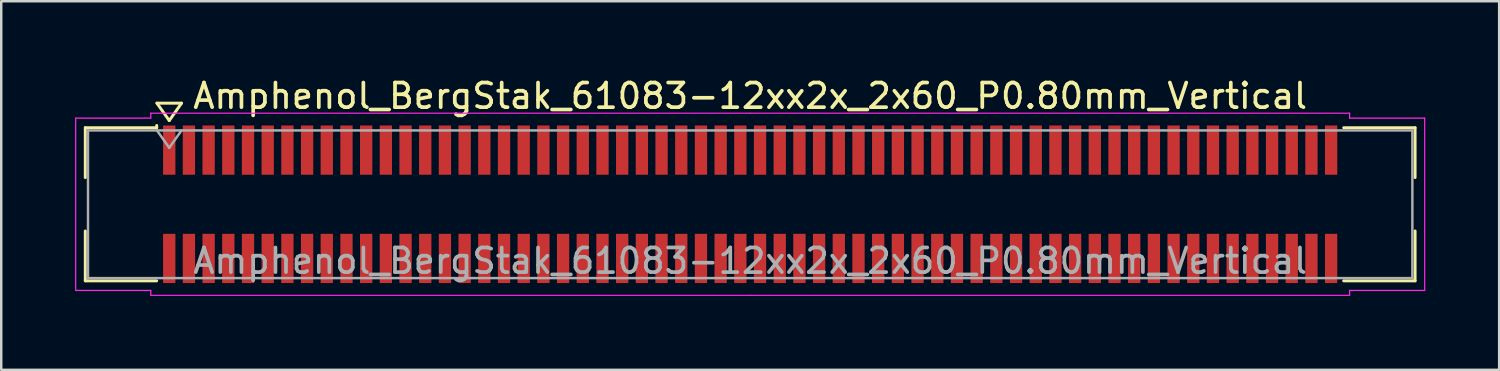
<source format=kicad_pcb>
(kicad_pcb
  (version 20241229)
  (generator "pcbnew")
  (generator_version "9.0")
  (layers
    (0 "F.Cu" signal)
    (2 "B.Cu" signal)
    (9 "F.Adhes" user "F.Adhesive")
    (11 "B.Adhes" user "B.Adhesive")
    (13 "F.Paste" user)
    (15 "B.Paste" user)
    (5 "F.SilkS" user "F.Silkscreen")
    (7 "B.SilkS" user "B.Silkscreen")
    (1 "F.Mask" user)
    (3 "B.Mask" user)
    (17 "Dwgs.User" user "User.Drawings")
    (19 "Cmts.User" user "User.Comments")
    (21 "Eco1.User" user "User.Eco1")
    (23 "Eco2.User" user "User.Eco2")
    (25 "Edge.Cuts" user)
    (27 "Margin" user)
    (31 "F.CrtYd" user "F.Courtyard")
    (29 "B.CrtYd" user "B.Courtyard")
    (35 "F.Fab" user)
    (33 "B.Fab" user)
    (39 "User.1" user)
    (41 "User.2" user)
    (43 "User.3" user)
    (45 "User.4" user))
  (footprint "Amphenol_BergStak_61083-12xx2x_2x60_P0.80mm_Vertical"
    (layer "F.Cu")
    (at 27.425 5.248)
    (property "Reference" "Amphenol_BergStak_61083-12xx2x_2x60_P0.80mm_Vertical" (at 0 -4.4 0) (layer "F.SilkS") (effects (font (size 1 1) (thickness 0.15))))
    (attr smd)
    (fp_line (start -27.01 -3.11) (end -24.11 -3.11) (stroke (width 0.12) (type solid)) (layer "F.SilkS"))
    (fp_line (start -27.01 -1.085) (end -27.01 -3.11) (stroke (width 0.12) (type solid)) (layer "F.SilkS"))
    (fp_line (start -27.01 1.085) (end -27.01 3.11) (stroke (width 0.12) (type solid)) (layer "F.SilkS"))
    (fp_line (start -27.01 3.11) (end -24.11 3.11) (stroke (width 0.12) (type solid)) (layer "F.SilkS"))
    (fp_line (start -24.11 -3.11) (end -24.11 -3.2) (stroke (width 0.12) (type solid)) (layer "F.SilkS"))
    (fp_line (start -24.1 -4.107) (end -23.6 -3.4) (stroke (width 0.12) (type solid)) (layer "F.SilkS"))
    (fp_line (start -23.6 -3.4) (end -23.1 -4.107) (stroke (width 0.12) (type solid)) (layer "F.SilkS"))
    (fp_line (start -23.1 -4.107) (end -24.1 -4.107) (stroke (width 0.12) (type solid)) (layer "F.SilkS"))
    (fp_line (start 27.01 -3.11) (end 24.11 -3.11) (stroke (width 0.12) (type solid)) (layer "F.SilkS"))
    (fp_line (start 27.01 -1.085) (end 27.01 -3.11) (stroke (width 0.12) (type solid)) (layer "F.SilkS"))
    (fp_line (start 27.01 1.085) (end 27.01 3.11) (stroke (width 0.12) (type solid)) (layer "F.SilkS"))
    (fp_line (start 27.01 3.11) (end 24.11 3.11) (stroke (width 0.12) (type solid)) (layer "F.SilkS"))
    (fp_line (start -27.4 -3.5) (end -27.4 3.5) (stroke (width 0.05) (type solid)) (layer "F.CrtYd"))
    (fp_line (start -27.4 3.5) (end -24.35 3.5) (stroke (width 0.05) (type solid)) (layer "F.CrtYd"))
    (fp_line (start -24.35 -3.7) (end -24.35 -3.5) (stroke (width 0.05) (type solid)) (layer "F.CrtYd"))
    (fp_line (start -24.35 -3.5) (end -27.4 -3.5) (stroke (width 0.05) (type solid)) (layer "F.CrtYd"))
    (fp_line (start -24.35 3.5) (end -24.35 3.7) (stroke (width 0.05) (type solid)) (layer "F.CrtYd"))
    (fp_line (start -24.35 3.7) (end 0 3.7) (stroke (width 0.05) (type solid)) (layer "F.CrtYd"))
    (fp_line (start 0 -3.7) (end -24.35 -3.7) (stroke (width 0.05) (type solid)) (layer "F.CrtYd"))
    (fp_line (start 0 -3.7) (end 24.35 -3.7) (stroke (width 0.05) (type solid)) (layer "F.CrtYd"))
    (fp_line (start 24.35 -3.7) (end 24.35 -3.5) (stroke (width 0.05) (type solid)) (layer "F.CrtYd"))
    (fp_line (start 24.35 -3.5) (end 27.4 -3.5) (stroke (width 0.05) (type solid)) (layer "F.CrtYd"))
    (fp_line (start 24.35 3.5) (end 24.35 3.7) (stroke (width 0.05) (type solid)) (layer "F.CrtYd"))
    (fp_line (start 24.35 3.7) (end 0 3.7) (stroke (width 0.05) (type solid)) (layer "F.CrtYd"))
    (fp_line (start 27.4 -3.5) (end 27.4 3.5) (stroke (width 0.05) (type solid)) (layer "F.CrtYd"))
    (fp_line (start 27.4 3.5) (end 24.35 3.5) (stroke (width 0.05) (type solid)) (layer "F.CrtYd"))
    (fp_line (start -26.9 -3) (end -26.9 3) (stroke (width 0.1) (type solid)) (layer "F.Fab"))
    (fp_line (start -26.9 3) (end 26.9 3) (stroke (width 0.1) (type solid)) (layer "F.Fab"))
    (fp_line (start -24.1 -3) (end -23.6 -2.293) (stroke (width 0.1) (type solid)) (layer "F.Fab"))
    (fp_line (start -23.6 -2.293) (end -23.1 -3) (stroke (width 0.1) (type solid)) (layer "F.Fab"))
    (fp_line (start 26.9 -3) (end -26.9 -3) (stroke (width 0.1) (type solid)) (layer "F.Fab"))
    (fp_line (start 26.9 3) (end 26.9 -3) (stroke (width 0.1) (type solid)) (layer "F.Fab"))
    (fp_text user "${REFERENCE}" (at 0 2.3 0) (layer "F.Fab") (effects (font (size 1 1) (thickness 0.15))))
    (pad "1" smd rect (at -23.6 -2.2) (size 0.5 2) (layers "F.Cu" "F.Mask" "F.Paste"))
    (pad "2" smd rect (at -23.6 2.2) (size 0.5 2) (layers "F.Cu" "F.Mask" "F.Paste"))
    (pad "3" smd rect (at -22.8 -2.2) (size 0.5 2) (layers "F.Cu" "F.Mask" "F.Paste"))
    (pad "4" smd rect (at -22.8 2.2) (size 0.5 2) (layers "F.Cu" "F.Mask" "F.Paste"))
    (pad "5" smd rect (at -22 -2.2) (size 0.5 2) (layers "F.Cu" "F.Mask" "F.Paste"))
    (pad "6" smd rect (at -22 2.2) (size 0.5 2) (layers "F.Cu" "F.Mask" "F.Paste"))
    (pad "7" smd rect (at -21.2 -2.2) (size 0.5 2) (layers "F.Cu" "F.Mask" "F.Paste"))
    (pad "8" smd rect (at -21.2 2.2) (size 0.5 2) (layers "F.Cu" "F.Mask" "F.Paste"))
    (pad "9" smd rect (at -20.4 -2.2) (size 0.5 2) (layers "F.Cu" "F.Mask" "F.Paste"))
    (pad "10" smd rect (at -20.4 2.2) (size 0.5 2) (layers "F.Cu" "F.Mask" "F.Paste"))
    (pad "11" smd rect (at -19.6 -2.2) (size 0.5 2) (layers "F.Cu" "F.Mask" "F.Paste"))
    (pad "12" smd rect (at -19.6 2.2) (size 0.5 2) (layers "F.Cu" "F.Mask" "F.Paste"))
    (pad "13" smd rect (at -18.8 -2.2) (size 0.5 2) (layers "F.Cu" "F.Mask" "F.Paste"))
    (pad "14" smd rect (at -18.8 2.2) (size 0.5 2) (layers "F.Cu" "F.Mask" "F.Paste"))
    (pad "15" smd rect (at -18 -2.2) (size 0.5 2) (layers "F.Cu" "F.Mask" "F.Paste"))
    (pad "16" smd rect (at -18 2.2) (size 0.5 2) (layers "F.Cu" "F.Mask" "F.Paste"))
    (pad "17" smd rect (at -17.2 -2.2) (size 0.5 2) (layers "F.Cu" "F.Mask" "F.Paste"))
    (pad "18" smd rect (at -17.2 2.2) (size 0.5 2) (layers "F.Cu" "F.Mask" "F.Paste"))
    (pad "19" smd rect (at -16.4 -2.2) (size 0.5 2) (layers "F.Cu" "F.Mask" "F.Paste"))
    (pad "20" smd rect (at -16.4 2.2) (size 0.5 2) (layers "F.Cu" "F.Mask" "F.Paste"))
    (pad "21" smd rect (at -15.6 -2.2) (size 0.5 2) (layers "F.Cu" "F.Mask" "F.Paste"))
    (pad "22" smd rect (at -15.6 2.2) (size 0.5 2) (layers "F.Cu" "F.Mask" "F.Paste"))
    (pad "23" smd rect (at -14.8 -2.2) (size 0.5 2) (layers "F.Cu" "F.Mask" "F.Paste"))
    (pad "24" smd rect (at -14.8 2.2) (size 0.5 2) (layers "F.Cu" "F.Mask" "F.Paste"))
    (pad "25" smd rect (at -14 -2.2) (size 0.5 2) (layers "F.Cu" "F.Mask" "F.Paste"))
    (pad "26" smd rect (at -14 2.2) (size 0.5 2) (layers "F.Cu" "F.Mask" "F.Paste"))
    (pad "27" smd rect (at -13.2 -2.2) (size 0.5 2) (layers "F.Cu" "F.Mask" "F.Paste"))
    (pad "28" smd rect (at -13.2 2.2) (size 0.5 2) (layers "F.Cu" "F.Mask" "F.Paste"))
    (pad "29" smd rect (at -12.4 -2.2) (size 0.5 2) (layers "F.Cu" "F.Mask" "F.Paste"))
    (pad "30" smd rect (at -12.4 2.2) (size 0.5 2) (layers "F.Cu" "F.Mask" "F.Paste"))
    (pad "31" smd rect (at -11.6 -2.2) (size 0.5 2) (layers "F.Cu" "F.Mask" "F.Paste"))
    (pad "32" smd rect (at -11.6 2.2) (size 0.5 2) (layers "F.Cu" "F.Mask" "F.Paste"))
    (pad "33" smd rect (at -10.8 -2.2) (size 0.5 2) (layers "F.Cu" "F.Mask" "F.Paste"))
    (pad "34" smd rect (at -10.8 2.2) (size 0.5 2) (layers "F.Cu" "F.Mask" "F.Paste"))
    (pad "35" smd rect (at -10 -2.2) (size 0.5 2) (layers "F.Cu" "F.Mask" "F.Paste"))
    (pad "36" smd rect (at -10 2.2) (size 0.5 2) (layers "F.Cu" "F.Mask" "F.Paste"))
    (pad "37" smd rect (at -9.2 -2.2) (size 0.5 2) (layers "F.Cu" "F.Mask" "F.Paste"))
    (pad "38" smd rect (at -9.2 2.2) (size 0.5 2) (layers "F.Cu" "F.Mask" "F.Paste"))
    (pad "39" smd rect (at -8.4 -2.2) (size 0.5 2) (layers "F.Cu" "F.Mask" "F.Paste"))
    (pad "40" smd rect (at -8.4 2.2) (size 0.5 2) (layers "F.Cu" "F.Mask" "F.Paste"))
    (pad "41" smd rect (at -7.6 -2.2) (size 0.5 2) (layers "F.Cu" "F.Mask" "F.Paste"))
    (pad "42" smd rect (at -7.6 2.2) (size 0.5 2) (layers "F.Cu" "F.Mask" "F.Paste"))
    (pad "43" smd rect (at -6.8 -2.2) (size 0.5 2) (layers "F.Cu" "F.Mask" "F.Paste"))
    (pad "44" smd rect (at -6.8 2.2) (size 0.5 2) (layers "F.Cu" "F.Mask" "F.Paste"))
    (pad "45" smd rect (at -6 -2.2) (size 0.5 2) (layers "F.Cu" "F.Mask" "F.Paste"))
    (pad "46" smd rect (at -6 2.2) (size 0.5 2) (layers "F.Cu" "F.Mask" "F.Paste"))
    (pad "47" smd rect (at -5.2 -2.2) (size 0.5 2) (layers "F.Cu" "F.Mask" "F.Paste"))
    (pad "48" smd rect (at -5.2 2.2) (size 0.5 2) (layers "F.Cu" "F.Mask" "F.Paste"))
    (pad "49" smd rect (at -4.4 -2.2) (size 0.5 2) (layers "F.Cu" "F.Mask" "F.Paste"))
    (pad "50" smd rect (at -4.4 2.2) (size 0.5 2) (layers "F.Cu" "F.Mask" "F.Paste"))
    (pad "51" smd rect (at -3.6 -2.2) (size 0.5 2) (layers "F.Cu" "F.Mask" "F.Paste"))
    (pad "52" smd rect (at -3.6 2.2) (size 0.5 2) (layers "F.Cu" "F.Mask" "F.Paste"))
    (pad "53" smd rect (at -2.8 -2.2) (size 0.5 2) (layers "F.Cu" "F.Mask" "F.Paste"))
    (pad "54" smd rect (at -2.8 2.2) (size 0.5 2) (layers "F.Cu" "F.Mask" "F.Paste"))
    (pad "55" smd rect (at -2 -2.2) (size 0.5 2) (layers "F.Cu" "F.Mask" "F.Paste"))
    (pad "56" smd rect (at -2 2.2) (size 0.5 2) (layers "F.Cu" "F.Mask" "F.Paste"))
    (pad "57" smd rect (at -1.2 -2.2) (size 0.5 2) (layers "F.Cu" "F.Mask" "F.Paste"))
    (pad "58" smd rect (at -1.2 2.2) (size 0.5 2) (layers "F.Cu" "F.Mask" "F.Paste"))
    (pad "59" smd rect (at -0.4 -2.2) (size 0.5 2) (layers "F.Cu" "F.Mask" "F.Paste"))
    (pad "60" smd rect (at -0.4 2.2) (size 0.5 2) (layers "F.Cu" "F.Mask" "F.Paste"))
    (pad "61" smd rect (at 0.4 -2.2) (size 0.5 2) (layers "F.Cu" "F.Mask" "F.Paste"))
    (pad "62" smd rect (at 0.4 2.2) (size 0.5 2) (layers "F.Cu" "F.Mask" "F.Paste"))
    (pad "63" smd rect (at 1.2 -2.2) (size 0.5 2) (layers "F.Cu" "F.Mask" "F.Paste"))
    (pad "64" smd rect (at 1.2 2.2) (size 0.5 2) (layers "F.Cu" "F.Mask" "F.Paste"))
    (pad "65" smd rect (at 2 -2.2) (size 0.5 2) (layers "F.Cu" "F.Mask" "F.Paste"))
    (pad "66" smd rect (at 2 2.2) (size 0.5 2) (layers "F.Cu" "F.Mask" "F.Paste"))
    (pad "67" smd rect (at 2.8 -2.2) (size 0.5 2) (layers "F.Cu" "F.Mask" "F.Paste"))
    (pad "68" smd rect (at 2.8 2.2) (size 0.5 2) (layers "F.Cu" "F.Mask" "F.Paste"))
    (pad "69" smd rect (at 3.6 -2.2) (size 0.5 2) (layers "F.Cu" "F.Mask" "F.Paste"))
    (pad "70" smd rect (at 3.6 2.2) (size 0.5 2) (layers "F.Cu" "F.Mask" "F.Paste"))
    (pad "71" smd rect (at 4.4 -2.2) (size 0.5 2) (layers "F.Cu" "F.Mask" "F.Paste"))
    (pad "72" smd rect (at 4.4 2.2) (size 0.5 2) (layers "F.Cu" "F.Mask" "F.Paste"))
    (pad "73" smd rect (at 5.2 -2.2) (size 0.5 2) (layers "F.Cu" "F.Mask" "F.Paste"))
    (pad "74" smd rect (at 5.2 2.2) (size 0.5 2) (layers "F.Cu" "F.Mask" "F.Paste"))
    (pad "75" smd rect (at 6 -2.2) (size 0.5 2) (layers "F.Cu" "F.Mask" "F.Paste"))
    (pad "76" smd rect (at 6 2.2) (size 0.5 2) (layers "F.Cu" "F.Mask" "F.Paste"))
    (pad "77" smd rect (at 6.8 -2.2) (size 0.5 2) (layers "F.Cu" "F.Mask" "F.Paste"))
    (pad "78" smd rect (at 6.8 2.2) (size 0.5 2) (layers "F.Cu" "F.Mask" "F.Paste"))
    (pad "79" smd rect (at 7.6 -2.2) (size 0.5 2) (layers "F.Cu" "F.Mask" "F.Paste"))
    (pad "80" smd rect (at 7.6 2.2) (size 0.5 2) (layers "F.Cu" "F.Mask" "F.Paste"))
    (pad "81" smd rect (at 8.4 -2.2) (size 0.5 2) (layers "F.Cu" "F.Mask" "F.Paste"))
    (pad "82" smd rect (at 8.4 2.2) (size 0.5 2) (layers "F.Cu" "F.Mask" "F.Paste"))
    (pad "83" smd rect (at 9.2 -2.2) (size 0.5 2) (layers "F.Cu" "F.Mask" "F.Paste"))
    (pad "84" smd rect (at 9.2 2.2) (size 0.5 2) (layers "F.Cu" "F.Mask" "F.Paste"))
    (pad "85" smd rect (at 10 -2.2) (size 0.5 2) (layers "F.Cu" "F.Mask" "F.Paste"))
    (pad "86" smd rect (at 10 2.2) (size 0.5 2) (layers "F.Cu" "F.Mask" "F.Paste"))
    (pad "87" smd rect (at 10.8 -2.2) (size 0.5 2) (layers "F.Cu" "F.Mask" "F.Paste"))
    (pad "88" smd rect (at 10.8 2.2) (size 0.5 2) (layers "F.Cu" "F.Mask" "F.Paste"))
    (pad "89" smd rect (at 11.6 -2.2) (size 0.5 2) (layers "F.Cu" "F.Mask" "F.Paste"))
    (pad "90" smd rect (at 11.6 2.2) (size 0.5 2) (layers "F.Cu" "F.Mask" "F.Paste"))
    (pad "91" smd rect (at 12.4 -2.2) (size 0.5 2) (layers "F.Cu" "F.Mask" "F.Paste"))
    (pad "92" smd rect (at 12.4 2.2) (size 0.5 2) (layers "F.Cu" "F.Mask" "F.Paste"))
    (pad "93" smd rect (at 13.2 -2.2) (size 0.5 2) (layers "F.Cu" "F.Mask" "F.Paste"))
    (pad "94" smd rect (at 13.2 2.2) (size 0.5 2) (layers "F.Cu" "F.Mask" "F.Paste"))
    (pad "95" smd rect (at 14 -2.2) (size 0.5 2) (layers "F.Cu" "F.Mask" "F.Paste"))
    (pad "96" smd rect (at 14 2.2) (size 0.5 2) (layers "F.Cu" "F.Mask" "F.Paste"))
    (pad "97" smd rect (at 14.8 -2.2) (size 0.5 2) (layers "F.Cu" "F.Mask" "F.Paste"))
    (pad "98" smd rect (at 14.8 2.2) (size 0.5 2) (layers "F.Cu" "F.Mask" "F.Paste"))
    (pad "99" smd rect (at 15.6 -2.2) (size 0.5 2) (layers "F.Cu" "F.Mask" "F.Paste"))
    (pad "100" smd rect (at 15.6 2.2) (size 0.5 2) (layers "F.Cu" "F.Mask" "F.Paste"))
    (pad "101" smd rect (at 16.4 -2.2) (size 0.5 2) (layers "F.Cu" "F.Mask" "F.Paste"))
    (pad "102" smd rect (at 16.4 2.2) (size 0.5 2) (layers "F.Cu" "F.Mask" "F.Paste"))
    (pad "103" smd rect (at 17.2 -2.2) (size 0.5 2) (layers "F.Cu" "F.Mask" "F.Paste"))
    (pad "104" smd rect (at 17.2 2.2) (size 0.5 2) (layers "F.Cu" "F.Mask" "F.Paste"))
    (pad "105" smd rect (at 18 -2.2) (size 0.5 2) (layers "F.Cu" "F.Mask" "F.Paste"))
    (pad "106" smd rect (at 18 2.2) (size 0.5 2) (layers "F.Cu" "F.Mask" "F.Paste"))
    (pad "107" smd rect (at 18.8 -2.2) (size 0.5 2) (layers "F.Cu" "F.Mask" "F.Paste"))
    (pad "108" smd rect (at 18.8 2.2) (size 0.5 2) (layers "F.Cu" "F.Mask" "F.Paste"))
    (pad "109" smd rect (at 19.6 -2.2) (size 0.5 2) (layers "F.Cu" "F.Mask" "F.Paste"))
    (pad "110" smd rect (at 19.6 2.2) (size 0.5 2) (layers "F.Cu" "F.Mask" "F.Paste"))
    (pad "111" smd rect (at 20.4 -2.2) (size 0.5 2) (layers "F.Cu" "F.Mask" "F.Paste"))
    (pad "112" smd rect (at 20.4 2.2) (size 0.5 2) (layers "F.Cu" "F.Mask" "F.Paste"))
    (pad "113" smd rect (at 21.2 -2.2) (size 0.5 2) (layers "F.Cu" "F.Mask" "F.Paste"))
    (pad "114" smd rect (at 21.2 2.2) (size 0.5 2) (layers "F.Cu" "F.Mask" "F.Paste"))
    (pad "115" smd rect (at 22 -2.2) (size 0.5 2) (layers "F.Cu" "F.Mask" "F.Paste"))
    (pad "116" smd rect (at 22 2.2) (size 0.5 2) (layers "F.Cu" "F.Mask" "F.Paste"))
    (pad "117" smd rect (at 22.8 -2.2) (size 0.5 2) (layers "F.Cu" "F.Mask" "F.Paste"))
    (pad "118" smd rect (at 22.8 2.2) (size 0.5 2) (layers "F.Cu" "F.Mask" "F.Paste"))
    (pad "119" smd rect (at 23.6 -2.2) (size 0.5 2) (layers "F.Cu" "F.Mask" "F.Paste"))
    (pad "120" smd rect (at 23.6 2.2) (size 0.5 2) (layers "F.Cu" "F.Mask" "F.Paste")))
  (gr_rect
    (start -3 -3)
    (end 57.85 11.973)
    (stroke (width 0.1) (type default))
    (fill no)
    (layer "Edge.Cuts")))
</source>
